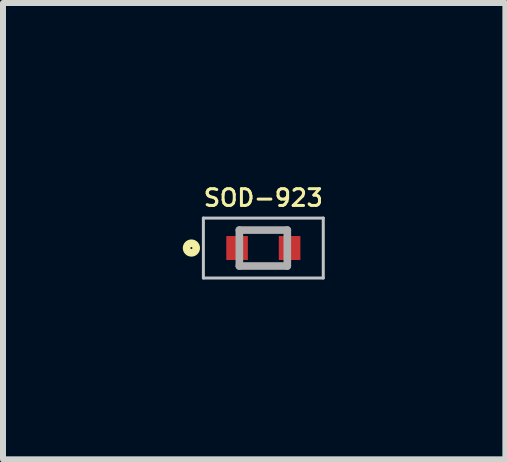
<source format=kicad_pcb>
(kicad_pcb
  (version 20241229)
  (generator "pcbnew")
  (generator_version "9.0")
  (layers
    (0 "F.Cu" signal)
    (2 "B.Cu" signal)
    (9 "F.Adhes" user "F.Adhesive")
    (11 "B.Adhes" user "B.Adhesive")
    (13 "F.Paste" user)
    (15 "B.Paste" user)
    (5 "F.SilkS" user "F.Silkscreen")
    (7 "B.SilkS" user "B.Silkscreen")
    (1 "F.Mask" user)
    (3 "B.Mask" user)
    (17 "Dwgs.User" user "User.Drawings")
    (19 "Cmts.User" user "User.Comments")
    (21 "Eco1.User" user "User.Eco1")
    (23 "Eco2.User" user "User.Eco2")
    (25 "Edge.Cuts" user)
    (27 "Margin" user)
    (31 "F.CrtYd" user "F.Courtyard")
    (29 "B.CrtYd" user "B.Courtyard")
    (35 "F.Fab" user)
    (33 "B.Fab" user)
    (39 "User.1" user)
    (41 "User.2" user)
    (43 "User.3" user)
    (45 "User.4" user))
  (footprint "SOD-923"
    (layer "F.Cu")
    (at 1.343 1.088)
    (property "Reference" "SOD-923" (at 0 -0.837 0) (layer "F.SilkS") (effects (font (size 0.279 0.279) (thickness 0.05))))
    (attr smd)
    (fp_circle (center -1.2 0) (end -1.12 0) (stroke (width 0.127) (type solid)) (fill no) (layer "F.SilkS"))
    (fp_line (start -1 -0.5) (end 1 -0.5) (stroke (width 0.05) (type solid)) (layer "Dwgs.User"))
    (fp_line (start -1 0.5) (end -1 -0.5) (stroke (width 0.05) (type solid)) (layer "Dwgs.User"))
    (fp_line (start 1 -0.5) (end 1 0.5) (stroke (width 0.05) (type solid)) (layer "Dwgs.User"))
    (fp_line (start 1 0.5) (end -1 0.5) (stroke (width 0.05) (type solid)) (layer "Dwgs.User"))
    (fp_line (start -0.4 -0.3) (end 0.4 -0.3) (stroke (width 0.127) (type solid)) (layer "F.Fab"))
    (fp_line (start -0.4 0.3) (end -0.4 -0.3) (stroke (width 0.127) (type solid)) (layer "F.Fab"))
    (fp_line (start 0.4 -0.3) (end 0.4 0.3) (stroke (width 0.127) (type solid)) (layer "F.Fab"))
    (fp_line (start 0.4 0.3) (end -0.4 0.3) (stroke (width 0.127) (type solid)) (layer "F.Fab"))
    (pad "1" smd rect (at -0.438 0) (size 0.36 0.4) (layers "F.Cu" "F.Mask" "F.Paste"))
    (pad "2" smd rect (at 0.438 0) (size 0.36 0.4) (layers "F.Cu" "F.Mask" "F.Paste")))
  (gr_rect
    (start -3 -3)
    (end 5.381 4.613)
    (stroke (width 0.1) (type default))
    (fill no)
    (layer "Edge.Cuts")))
</source>
